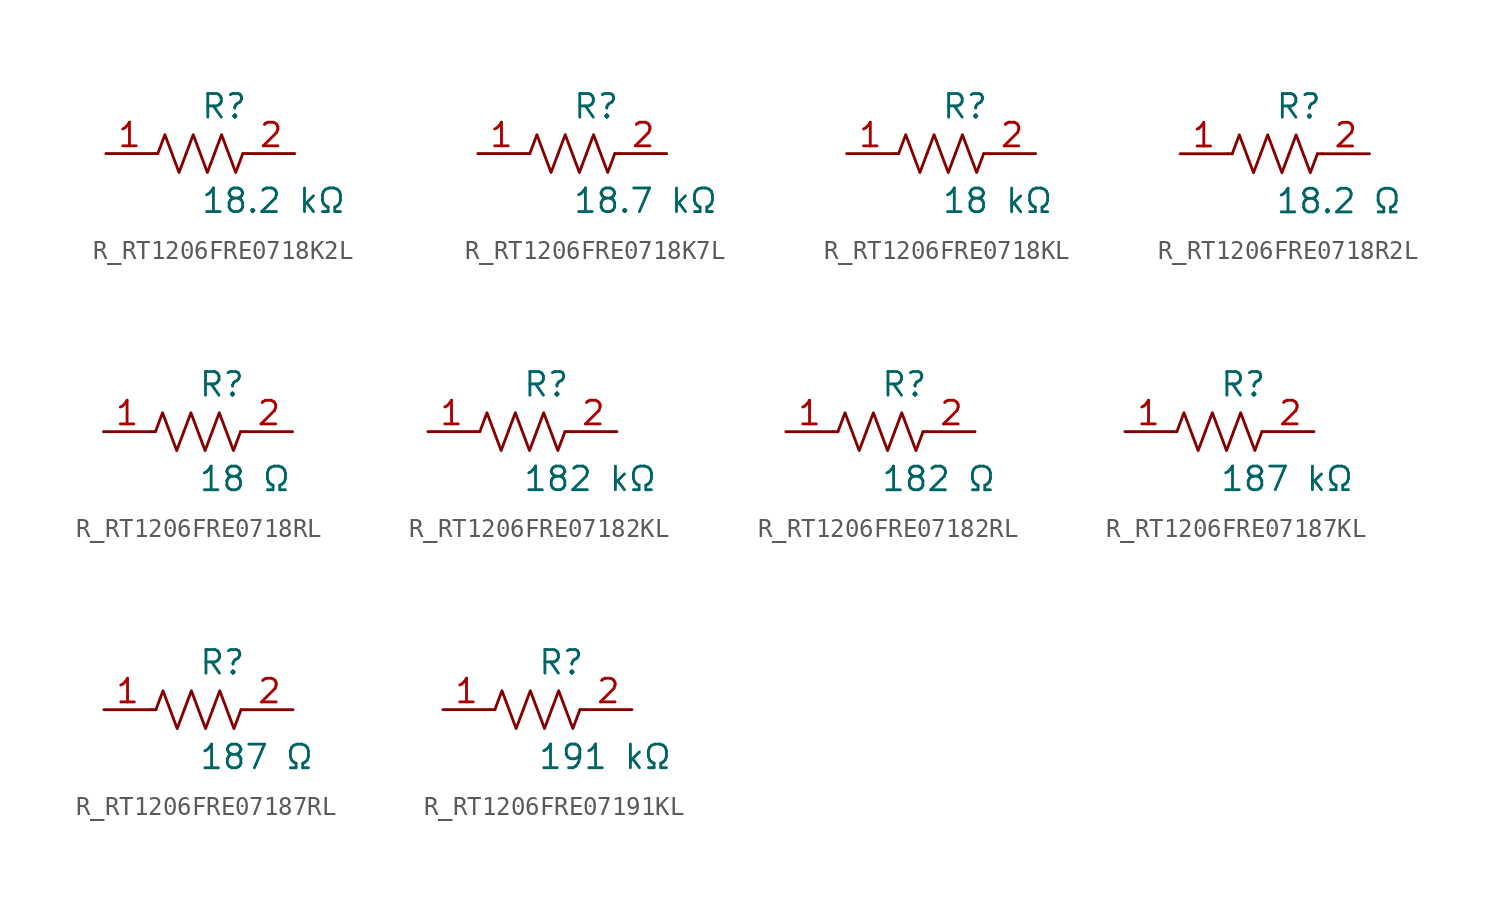
<source format=kicad_sym>
(kicad_symbol_lib
  (version 20231120)
  (generator kicad_symbol_editor)
  (generator_version 8.0)
  (symbol "R_RT1206FRE0718K2L"
    (pin_names
      (offset 0.254))
    (property "Reference" "R"
      (at 0 2.54 0)
      (effects (font (size 1.27 1.27)) (justify left)))
    (property "Value" "18.2 kΩ"
      (at 0 -2.54 0)
      (effects (font (size 1.27 1.27)) (justify left)))
    (symbol "R_RT1206FRE0718K2L_0_1"
      (polyline (pts (xy 2.286 0) (xy 2.54 0)) (stroke (width 0) (type default)) (fill (type none)))
      (polyline (pts (xy -2.286 0) (xy -2.54 0)) (stroke (width 0) (type default)) (fill (type none)))
      (polyline (pts (xy 0.762 0) (xy 1.143 1.016) (xy 1.524 0) (xy 1.905 -1.016) (xy 2.286 0)) (stroke (width 0) (type default)) (fill (type none)))
      (polyline (pts (xy -0.762 0) (xy -0.381 1.016) (xy 0 0) (xy 0.381 -1.016) (xy 0.762 0)) (stroke (width 0) (type default)) (fill (type none)))
      (polyline (pts (xy -2.286 0) (xy -1.905 1.016) (xy -1.524 0) (xy -1.143 -1.016) (xy -0.762 0)) (stroke (width 0) (type default)) (fill (type none))))
    (pin unspecified line
      (at -5.08 0 0)
      (length 2.54)
      (name "" (effects (font (size 1.27 1.27))))
      (number "1" (effects (font (size 1.27 1.27)))))
    (pin unspecified line
      (at 5.08 0 180)
      (length 2.54)
      (name "" (effects (font (size 1.27 1.27))))
      (number "2" (effects (font (size 1.27 1.27))))))
  (symbol "R_RT1206FRE0718K7L"
    (pin_names
      (offset 0.254))
    (property "Reference" "R"
      (at 0 2.54 0)
      (effects (font (size 1.27 1.27)) (justify left)))
    (property "Value" "18.7 kΩ"
      (at 0 -2.54 0)
      (effects (font (size 1.27 1.27)) (justify left)))
    (symbol "R_RT1206FRE0718K7L_0_1"
      (polyline (pts (xy 2.286 0) (xy 2.54 0)) (stroke (width 0) (type default)) (fill (type none)))
      (polyline (pts (xy -2.286 0) (xy -2.54 0)) (stroke (width 0) (type default)) (fill (type none)))
      (polyline (pts (xy 0.762 0) (xy 1.143 1.016) (xy 1.524 0) (xy 1.905 -1.016) (xy 2.286 0)) (stroke (width 0) (type default)) (fill (type none)))
      (polyline (pts (xy -0.762 0) (xy -0.381 1.016) (xy 0 0) (xy 0.381 -1.016) (xy 0.762 0)) (stroke (width 0) (type default)) (fill (type none)))
      (polyline (pts (xy -2.286 0) (xy -1.905 1.016) (xy -1.524 0) (xy -1.143 -1.016) (xy -0.762 0)) (stroke (width 0) (type default)) (fill (type none))))
    (pin unspecified line
      (at -5.08 0 0)
      (length 2.54)
      (name "" (effects (font (size 1.27 1.27))))
      (number "1" (effects (font (size 1.27 1.27)))))
    (pin unspecified line
      (at 5.08 0 180)
      (length 2.54)
      (name "" (effects (font (size 1.27 1.27))))
      (number "2" (effects (font (size 1.27 1.27))))))
  (symbol "R_RT1206FRE0718KL"
    (pin_names
      (offset 0.254))
    (property "Reference" "R"
      (at 0 2.54 0)
      (effects (font (size 1.27 1.27)) (justify left)))
    (property "Value" "18 kΩ"
      (at 0 -2.54 0)
      (effects (font (size 1.27 1.27)) (justify left)))
    (symbol "R_RT1206FRE0718KL_0_1"
      (polyline (pts (xy 2.286 0) (xy 2.54 0)) (stroke (width 0) (type default)) (fill (type none)))
      (polyline (pts (xy -2.286 0) (xy -2.54 0)) (stroke (width 0) (type default)) (fill (type none)))
      (polyline (pts (xy 0.762 0) (xy 1.143 1.016) (xy 1.524 0) (xy 1.905 -1.016) (xy 2.286 0)) (stroke (width 0) (type default)) (fill (type none)))
      (polyline (pts (xy -0.762 0) (xy -0.381 1.016) (xy 0 0) (xy 0.381 -1.016) (xy 0.762 0)) (stroke (width 0) (type default)) (fill (type none)))
      (polyline (pts (xy -2.286 0) (xy -1.905 1.016) (xy -1.524 0) (xy -1.143 -1.016) (xy -0.762 0)) (stroke (width 0) (type default)) (fill (type none))))
    (pin unspecified line
      (at -5.08 0 0)
      (length 2.54)
      (name "" (effects (font (size 1.27 1.27))))
      (number "1" (effects (font (size 1.27 1.27)))))
    (pin unspecified line
      (at 5.08 0 180)
      (length 2.54)
      (name "" (effects (font (size 1.27 1.27))))
      (number "2" (effects (font (size 1.27 1.27))))))
  (symbol "R_RT1206FRE0718R2L"
    (pin_names
      (offset 0.254))
    (property "Reference" "R"
      (at 0 2.54 0)
      (effects (font (size 1.27 1.27)) (justify left)))
    (property "Value" "18.2 Ω"
      (at 0 -2.54 0)
      (effects (font (size 1.27 1.27)) (justify left)))
    (symbol "R_RT1206FRE0718R2L_0_1"
      (polyline (pts (xy 2.286 0) (xy 2.54 0)) (stroke (width 0) (type default)) (fill (type none)))
      (polyline (pts (xy -2.286 0) (xy -2.54 0)) (stroke (width 0) (type default)) (fill (type none)))
      (polyline (pts (xy 0.762 0) (xy 1.143 1.016) (xy 1.524 0) (xy 1.905 -1.016) (xy 2.286 0)) (stroke (width 0) (type default)) (fill (type none)))
      (polyline (pts (xy -0.762 0) (xy -0.381 1.016) (xy 0 0) (xy 0.381 -1.016) (xy 0.762 0)) (stroke (width 0) (type default)) (fill (type none)))
      (polyline (pts (xy -2.286 0) (xy -1.905 1.016) (xy -1.524 0) (xy -1.143 -1.016) (xy -0.762 0)) (stroke (width 0) (type default)) (fill (type none))))
    (pin unspecified line
      (at -5.08 0 0)
      (length 2.54)
      (name "" (effects (font (size 1.27 1.27))))
      (number "1" (effects (font (size 1.27 1.27)))))
    (pin unspecified line
      (at 5.08 0 180)
      (length 2.54)
      (name "" (effects (font (size 1.27 1.27))))
      (number "2" (effects (font (size 1.27 1.27))))))
  (symbol "R_RT1206FRE0718RL"
    (pin_names
      (offset 0.254))
    (property "Reference" "R"
      (at 0 2.54 0)
      (effects (font (size 1.27 1.27)) (justify left)))
    (property "Value" "18 Ω"
      (at 0 -2.54 0)
      (effects (font (size 1.27 1.27)) (justify left)))
    (symbol "R_RT1206FRE0718RL_0_1"
      (polyline (pts (xy 2.286 0) (xy 2.54 0)) (stroke (width 0) (type default)) (fill (type none)))
      (polyline (pts (xy -2.286 0) (xy -2.54 0)) (stroke (width 0) (type default)) (fill (type none)))
      (polyline (pts (xy 0.762 0) (xy 1.143 1.016) (xy 1.524 0) (xy 1.905 -1.016) (xy 2.286 0)) (stroke (width 0) (type default)) (fill (type none)))
      (polyline (pts (xy -0.762 0) (xy -0.381 1.016) (xy 0 0) (xy 0.381 -1.016) (xy 0.762 0)) (stroke (width 0) (type default)) (fill (type none)))
      (polyline (pts (xy -2.286 0) (xy -1.905 1.016) (xy -1.524 0) (xy -1.143 -1.016) (xy -0.762 0)) (stroke (width 0) (type default)) (fill (type none))))
    (pin unspecified line
      (at -5.08 0 0)
      (length 2.54)
      (name "" (effects (font (size 1.27 1.27))))
      (number "1" (effects (font (size 1.27 1.27)))))
    (pin unspecified line
      (at 5.08 0 180)
      (length 2.54)
      (name "" (effects (font (size 1.27 1.27))))
      (number "2" (effects (font (size 1.27 1.27))))))
  (symbol "R_RT1206FRE07182KL"
    (pin_names
      (offset 0.254))
    (property "Reference" "R"
      (at 0 2.54 0)
      (effects (font (size 1.27 1.27)) (justify left)))
    (property "Value" "182 kΩ"
      (at 0 -2.54 0)
      (effects (font (size 1.27 1.27)) (justify left)))
    (symbol "R_RT1206FRE07182KL_0_1"
      (polyline (pts (xy 2.286 0) (xy 2.54 0)) (stroke (width 0) (type default)) (fill (type none)))
      (polyline (pts (xy -2.286 0) (xy -2.54 0)) (stroke (width 0) (type default)) (fill (type none)))
      (polyline (pts (xy 0.762 0) (xy 1.143 1.016) (xy 1.524 0) (xy 1.905 -1.016) (xy 2.286 0)) (stroke (width 0) (type default)) (fill (type none)))
      (polyline (pts (xy -0.762 0) (xy -0.381 1.016) (xy 0 0) (xy 0.381 -1.016) (xy 0.762 0)) (stroke (width 0) (type default)) (fill (type none)))
      (polyline (pts (xy -2.286 0) (xy -1.905 1.016) (xy -1.524 0) (xy -1.143 -1.016) (xy -0.762 0)) (stroke (width 0) (type default)) (fill (type none))))
    (pin unspecified line
      (at -5.08 0 0)
      (length 2.54)
      (name "" (effects (font (size 1.27 1.27))))
      (number "1" (effects (font (size 1.27 1.27)))))
    (pin unspecified line
      (at 5.08 0 180)
      (length 2.54)
      (name "" (effects (font (size 1.27 1.27))))
      (number "2" (effects (font (size 1.27 1.27))))))
  (symbol "R_RT1206FRE07182RL"
    (pin_names
      (offset 0.254))
    (property "Reference" "R"
      (at 0 2.54 0)
      (effects (font (size 1.27 1.27)) (justify left)))
    (property "Value" "182 Ω"
      (at 0 -2.54 0)
      (effects (font (size 1.27 1.27)) (justify left)))
    (symbol "R_RT1206FRE07182RL_0_1"
      (polyline (pts (xy 2.286 0) (xy 2.54 0)) (stroke (width 0) (type default)) (fill (type none)))
      (polyline (pts (xy -2.286 0) (xy -2.54 0)) (stroke (width 0) (type default)) (fill (type none)))
      (polyline (pts (xy 0.762 0) (xy 1.143 1.016) (xy 1.524 0) (xy 1.905 -1.016) (xy 2.286 0)) (stroke (width 0) (type default)) (fill (type none)))
      (polyline (pts (xy -0.762 0) (xy -0.381 1.016) (xy 0 0) (xy 0.381 -1.016) (xy 0.762 0)) (stroke (width 0) (type default)) (fill (type none)))
      (polyline (pts (xy -2.286 0) (xy -1.905 1.016) (xy -1.524 0) (xy -1.143 -1.016) (xy -0.762 0)) (stroke (width 0) (type default)) (fill (type none))))
    (pin unspecified line
      (at -5.08 0 0)
      (length 2.54)
      (name "" (effects (font (size 1.27 1.27))))
      (number "1" (effects (font (size 1.27 1.27)))))
    (pin unspecified line
      (at 5.08 0 180)
      (length 2.54)
      (name "" (effects (font (size 1.27 1.27))))
      (number "2" (effects (font (size 1.27 1.27))))))
  (symbol "R_RT1206FRE07187KL"
    (pin_names
      (offset 0.254))
    (property "Reference" "R"
      (at 0 2.54 0)
      (effects (font (size 1.27 1.27)) (justify left)))
    (property "Value" "187 kΩ"
      (at 0 -2.54 0)
      (effects (font (size 1.27 1.27)) (justify left)))
    (symbol "R_RT1206FRE07187KL_0_1"
      (polyline (pts (xy 2.286 0) (xy 2.54 0)) (stroke (width 0) (type default)) (fill (type none)))
      (polyline (pts (xy -2.286 0) (xy -2.54 0)) (stroke (width 0) (type default)) (fill (type none)))
      (polyline (pts (xy 0.762 0) (xy 1.143 1.016) (xy 1.524 0) (xy 1.905 -1.016) (xy 2.286 0)) (stroke (width 0) (type default)) (fill (type none)))
      (polyline (pts (xy -0.762 0) (xy -0.381 1.016) (xy 0 0) (xy 0.381 -1.016) (xy 0.762 0)) (stroke (width 0) (type default)) (fill (type none)))
      (polyline (pts (xy -2.286 0) (xy -1.905 1.016) (xy -1.524 0) (xy -1.143 -1.016) (xy -0.762 0)) (stroke (width 0) (type default)) (fill (type none))))
    (pin unspecified line
      (at -5.08 0 0)
      (length 2.54)
      (name "" (effects (font (size 1.27 1.27))))
      (number "1" (effects (font (size 1.27 1.27)))))
    (pin unspecified line
      (at 5.08 0 180)
      (length 2.54)
      (name "" (effects (font (size 1.27 1.27))))
      (number "2" (effects (font (size 1.27 1.27))))))
  (symbol "R_RT1206FRE07187RL"
    (pin_names
      (offset 0.254))
    (property "Reference" "R"
      (at 0 2.54 0)
      (effects (font (size 1.27 1.27)) (justify left)))
    (property "Value" "187 Ω"
      (at 0 -2.54 0)
      (effects (font (size 1.27 1.27)) (justify left)))
    (symbol "R_RT1206FRE07187RL_0_1"
      (polyline (pts (xy 2.286 0) (xy 2.54 0)) (stroke (width 0) (type default)) (fill (type none)))
      (polyline (pts (xy -2.286 0) (xy -2.54 0)) (stroke (width 0) (type default)) (fill (type none)))
      (polyline (pts (xy 0.762 0) (xy 1.143 1.016) (xy 1.524 0) (xy 1.905 -1.016) (xy 2.286 0)) (stroke (width 0) (type default)) (fill (type none)))
      (polyline (pts (xy -0.762 0) (xy -0.381 1.016) (xy 0 0) (xy 0.381 -1.016) (xy 0.762 0)) (stroke (width 0) (type default)) (fill (type none)))
      (polyline (pts (xy -2.286 0) (xy -1.905 1.016) (xy -1.524 0) (xy -1.143 -1.016) (xy -0.762 0)) (stroke (width 0) (type default)) (fill (type none))))
    (pin unspecified line
      (at -5.08 0 0)
      (length 2.54)
      (name "" (effects (font (size 1.27 1.27))))
      (number "1" (effects (font (size 1.27 1.27)))))
    (pin unspecified line
      (at 5.08 0 180)
      (length 2.54)
      (name "" (effects (font (size 1.27 1.27))))
      (number "2" (effects (font (size 1.27 1.27))))))
  (symbol "R_RT1206FRE07191KL"
    (pin_names
      (offset 0.254))
    (property "Reference" "R"
      (at 0 2.54 0)
      (effects (font (size 1.27 1.27)) (justify left)))
    (property "Value" "191 kΩ"
      (at 0 -2.54 0)
      (effects (font (size 1.27 1.27)) (justify left)))
    (symbol "R_RT1206FRE07191KL_0_1"
      (polyline (pts (xy 2.286 0) (xy 2.54 0)) (stroke (width 0) (type default)) (fill (type none)))
      (polyline (pts (xy -2.286 0) (xy -2.54 0)) (stroke (width 0) (type default)) (fill (type none)))
      (polyline (pts (xy 0.762 0) (xy 1.143 1.016) (xy 1.524 0) (xy 1.905 -1.016) (xy 2.286 0)) (stroke (width 0) (type default)) (fill (type none)))
      (polyline (pts (xy -0.762 0) (xy -0.381 1.016) (xy 0 0) (xy 0.381 -1.016) (xy 0.762 0)) (stroke (width 0) (type default)) (fill (type none)))
      (polyline (pts (xy -2.286 0) (xy -1.905 1.016) (xy -1.524 0) (xy -1.143 -1.016) (xy -0.762 0)) (stroke (width 0) (type default)) (fill (type none))))
    (pin unspecified line
      (at -5.08 0 0)
      (length 2.54)
      (name "" (effects (font (size 1.27 1.27))))
      (number "1" (effects (font (size 1.27 1.27)))))
    (pin unspecified line
      (at 5.08 0 180)
      (length 2.54)
      (name "" (effects (font (size 1.27 1.27))))
      (number "2" (effects (font (size 1.27 1.27)))))))
</source>
